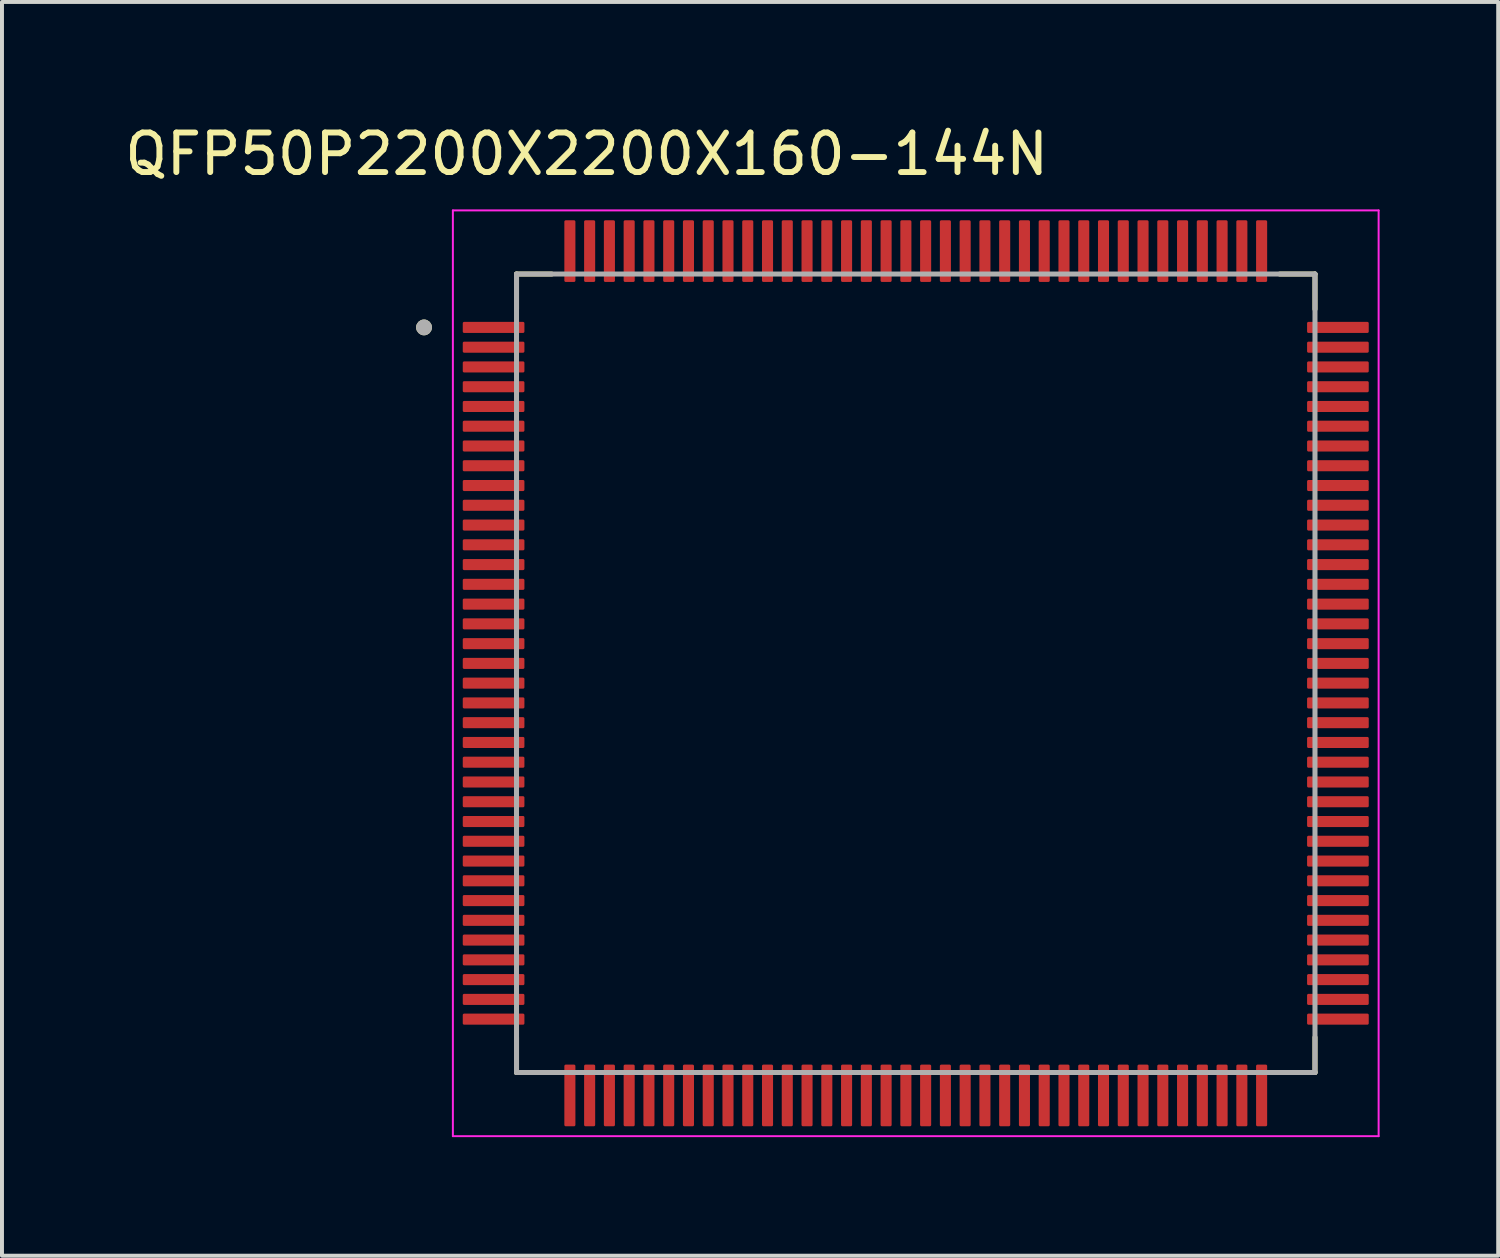
<source format=kicad_pcb>
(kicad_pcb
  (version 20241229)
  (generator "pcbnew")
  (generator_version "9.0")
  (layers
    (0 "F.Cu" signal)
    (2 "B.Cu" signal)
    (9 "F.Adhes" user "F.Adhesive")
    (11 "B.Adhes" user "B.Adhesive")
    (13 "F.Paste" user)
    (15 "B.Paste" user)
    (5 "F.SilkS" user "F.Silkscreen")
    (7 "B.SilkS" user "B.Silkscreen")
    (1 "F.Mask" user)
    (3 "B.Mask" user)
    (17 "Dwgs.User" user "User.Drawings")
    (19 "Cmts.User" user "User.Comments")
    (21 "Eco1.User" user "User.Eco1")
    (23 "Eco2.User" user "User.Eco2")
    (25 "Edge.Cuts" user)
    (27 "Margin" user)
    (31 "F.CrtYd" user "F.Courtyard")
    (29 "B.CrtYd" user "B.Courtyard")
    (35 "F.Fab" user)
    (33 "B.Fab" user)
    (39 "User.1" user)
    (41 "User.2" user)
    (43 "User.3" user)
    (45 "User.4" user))
  (footprint "QFP50P2200X2200X160-144N"
    (layer "F.Cu")
    (at 20.117 13.983)
    (property "Reference" "QFP50P2200X2200X160-144N" (at -8.325 -13.135 0) (layer "F.SilkS") (effects (font (size 1 1) (thickness 0.15))))
    (attr smd)
    (fp_line (start -10.1 -10.1) (end -10.1 -9.21) (stroke (width 0.127) (type solid)) (layer "F.SilkS"))
    (fp_line (start -10.1 -10.1) (end -9.21 -10.1) (stroke (width 0.127) (type solid)) (layer "F.SilkS"))
    (fp_line (start -10.1 10.1) (end -10.1 9.21) (stroke (width 0.127) (type solid)) (layer "F.SilkS"))
    (fp_line (start -10.1 10.1) (end -9.21 10.1) (stroke (width 0.127) (type solid)) (layer "F.SilkS"))
    (fp_line (start 10.1 -10.1) (end 9.21 -10.1) (stroke (width 0.127) (type solid)) (layer "F.SilkS"))
    (fp_line (start 10.1 -10.1) (end 10.1 -9.21) (stroke (width 0.127) (type solid)) (layer "F.SilkS"))
    (fp_line (start 10.1 10.1) (end 9.21 10.1) (stroke (width 0.127) (type solid)) (layer "F.SilkS"))
    (fp_line (start 10.1 10.1) (end 10.1 9.21) (stroke (width 0.127) (type solid)) (layer "F.SilkS"))
    (fp_circle (center -12.44 -8.75) (end -12.34 -8.75) (stroke (width 0.2) (type solid)) (fill no) (layer "F.SilkS"))
    (fp_line (start -11.71 -11.71) (end 11.71 -11.71) (stroke (width 0.05) (type solid)) (layer "F.CrtYd"))
    (fp_line (start -11.71 11.71) (end -11.71 -11.71) (stroke (width 0.05) (type solid)) (layer "F.CrtYd"))
    (fp_line (start -11.71 11.71) (end 11.71 11.71) (stroke (width 0.05) (type solid)) (layer "F.CrtYd"))
    (fp_line (start 11.71 11.71) (end 11.71 -11.71) (stroke (width 0.05) (type solid)) (layer "F.CrtYd"))
    (fp_line (start -10.1 10.1) (end -10.1 -10.1) (stroke (width 0.127) (type solid)) (layer "F.Fab"))
    (fp_line (start 10.1 -10.1) (end -10.1 -10.1) (stroke (width 0.127) (type solid)) (layer "F.Fab"))
    (fp_line (start 10.1 10.1) (end -10.1 10.1) (stroke (width 0.127) (type solid)) (layer "F.Fab"))
    (fp_line (start 10.1 10.1) (end 10.1 -10.1) (stroke (width 0.127) (type solid)) (layer "F.Fab"))
    (fp_circle (center -12.44 -8.75) (end -12.34 -8.75) (stroke (width 0.2) (type solid)) (fill no) (layer "F.Fab"))
    (pad "1" smd roundrect (at -10.68 -8.75) (size 1.56 0.28) (layers "F.Cu" "F.Mask" "F.Paste") (roundrect_rratio 0.125))
    (pad "2" smd roundrect (at -10.68 -8.25) (size 1.56 0.28) (layers "F.Cu" "F.Mask" "F.Paste") (roundrect_rratio 0.125))
    (pad "3" smd roundrect (at -10.68 -7.75) (size 1.56 0.28) (layers "F.Cu" "F.Mask" "F.Paste") (roundrect_rratio 0.125))
    (pad "4" smd roundrect (at -10.68 -7.25) (size 1.56 0.28) (layers "F.Cu" "F.Mask" "F.Paste") (roundrect_rratio 0.125))
    (pad "5" smd roundrect (at -10.68 -6.75) (size 1.56 0.28) (layers "F.Cu" "F.Mask" "F.Paste") (roundrect_rratio 0.125))
    (pad "6" smd roundrect (at -10.68 -6.25) (size 1.56 0.28) (layers "F.Cu" "F.Mask" "F.Paste") (roundrect_rratio 0.125))
    (pad "7" smd roundrect (at -10.68 -5.75) (size 1.56 0.28) (layers "F.Cu" "F.Mask" "F.Paste") (roundrect_rratio 0.125))
    (pad "8" smd roundrect (at -10.68 -5.25) (size 1.56 0.28) (layers "F.Cu" "F.Mask" "F.Paste") (roundrect_rratio 0.125))
    (pad "9" smd roundrect (at -10.68 -4.75) (size 1.56 0.28) (layers "F.Cu" "F.Mask" "F.Paste") (roundrect_rratio 0.125))
    (pad "10" smd roundrect (at -10.68 -4.25) (size 1.56 0.28) (layers "F.Cu" "F.Mask" "F.Paste") (roundrect_rratio 0.125))
    (pad "11" smd roundrect (at -10.68 -3.75) (size 1.56 0.28) (layers "F.Cu" "F.Mask" "F.Paste") (roundrect_rratio 0.125))
    (pad "12" smd roundrect (at -10.68 -3.25) (size 1.56 0.28) (layers "F.Cu" "F.Mask" "F.Paste") (roundrect_rratio 0.125))
    (pad "13" smd roundrect (at -10.68 -2.75) (size 1.56 0.28) (layers "F.Cu" "F.Mask" "F.Paste") (roundrect_rratio 0.125))
    (pad "14" smd roundrect (at -10.68 -2.25) (size 1.56 0.28) (layers "F.Cu" "F.Mask" "F.Paste") (roundrect_rratio 0.125))
    (pad "15" smd roundrect (at -10.68 -1.75) (size 1.56 0.28) (layers "F.Cu" "F.Mask" "F.Paste") (roundrect_rratio 0.125))
    (pad "16" smd roundrect (at -10.68 -1.25) (size 1.56 0.28) (layers "F.Cu" "F.Mask" "F.Paste") (roundrect_rratio 0.125))
    (pad "17" smd roundrect (at -10.68 -0.75) (size 1.56 0.28) (layers "F.Cu" "F.Mask" "F.Paste") (roundrect_rratio 0.125))
    (pad "18" smd roundrect (at -10.68 -0.25) (size 1.56 0.28) (layers "F.Cu" "F.Mask" "F.Paste") (roundrect_rratio 0.125))
    (pad "19" smd roundrect (at -10.68 0.25) (size 1.56 0.28) (layers "F.Cu" "F.Mask" "F.Paste") (roundrect_rratio 0.125))
    (pad "20" smd roundrect (at -10.68 0.75) (size 1.56 0.28) (layers "F.Cu" "F.Mask" "F.Paste") (roundrect_rratio 0.125))
    (pad "21" smd roundrect (at -10.68 1.25) (size 1.56 0.28) (layers "F.Cu" "F.Mask" "F.Paste") (roundrect_rratio 0.125))
    (pad "22" smd roundrect (at -10.68 1.75) (size 1.56 0.28) (layers "F.Cu" "F.Mask" "F.Paste") (roundrect_rratio 0.125))
    (pad "23" smd roundrect (at -10.68 2.25) (size 1.56 0.28) (layers "F.Cu" "F.Mask" "F.Paste") (roundrect_rratio 0.125))
    (pad "24" smd roundrect (at -10.68 2.75) (size 1.56 0.28) (layers "F.Cu" "F.Mask" "F.Paste") (roundrect_rratio 0.125))
    (pad "25" smd roundrect (at -10.68 3.25) (size 1.56 0.28) (layers "F.Cu" "F.Mask" "F.Paste") (roundrect_rratio 0.125))
    (pad "26" smd roundrect (at -10.68 3.75) (size 1.56 0.28) (layers "F.Cu" "F.Mask" "F.Paste") (roundrect_rratio 0.125))
    (pad "27" smd roundrect (at -10.68 4.25) (size 1.56 0.28) (layers "F.Cu" "F.Mask" "F.Paste") (roundrect_rratio 0.125))
    (pad "28" smd roundrect (at -10.68 4.75) (size 1.56 0.28) (layers "F.Cu" "F.Mask" "F.Paste") (roundrect_rratio 0.125))
    (pad "29" smd roundrect (at -10.68 5.25) (size 1.56 0.28) (layers "F.Cu" "F.Mask" "F.Paste") (roundrect_rratio 0.125))
    (pad "30" smd roundrect (at -10.68 5.75) (size 1.56 0.28) (layers "F.Cu" "F.Mask" "F.Paste") (roundrect_rratio 0.125))
    (pad "31" smd roundrect (at -10.68 6.25) (size 1.56 0.28) (layers "F.Cu" "F.Mask" "F.Paste") (roundrect_rratio 0.125))
    (pad "32" smd roundrect (at -10.68 6.75) (size 1.56 0.28) (layers "F.Cu" "F.Mask" "F.Paste") (roundrect_rratio 0.125))
    (pad "33" smd roundrect (at -10.68 7.25) (size 1.56 0.28) (layers "F.Cu" "F.Mask" "F.Paste") (roundrect_rratio 0.125))
    (pad "34" smd roundrect (at -10.68 7.75) (size 1.56 0.28) (layers "F.Cu" "F.Mask" "F.Paste") (roundrect_rratio 0.125))
    (pad "35" smd roundrect (at -10.68 8.25) (size 1.56 0.28) (layers "F.Cu" "F.Mask" "F.Paste") (roundrect_rratio 0.125))
    (pad "36" smd roundrect (at -10.68 8.75) (size 1.56 0.28) (layers "F.Cu" "F.Mask" "F.Paste") (roundrect_rratio 0.125))
    (pad "37" smd roundrect (at -8.75 10.68) (size 0.28 1.56) (layers "F.Cu" "F.Mask" "F.Paste") (roundrect_rratio 0.125))
    (pad "38" smd roundrect (at -8.25 10.68) (size 0.28 1.56) (layers "F.Cu" "F.Mask" "F.Paste") (roundrect_rratio 0.125))
    (pad "39" smd roundrect (at -7.75 10.68) (size 0.28 1.56) (layers "F.Cu" "F.Mask" "F.Paste") (roundrect_rratio 0.125))
    (pad "40" smd roundrect (at -7.25 10.68) (size 0.28 1.56) (layers "F.Cu" "F.Mask" "F.Paste") (roundrect_rratio 0.125))
    (pad "41" smd roundrect (at -6.75 10.68) (size 0.28 1.56) (layers "F.Cu" "F.Mask" "F.Paste") (roundrect_rratio 0.125))
    (pad "42" smd roundrect (at -6.25 10.68) (size 0.28 1.56) (layers "F.Cu" "F.Mask" "F.Paste") (roundrect_rratio 0.125))
    (pad "43" smd roundrect (at -5.75 10.68) (size 0.28 1.56) (layers "F.Cu" "F.Mask" "F.Paste") (roundrect_rratio 0.125))
    (pad "44" smd roundrect (at -5.25 10.68) (size 0.28 1.56) (layers "F.Cu" "F.Mask" "F.Paste") (roundrect_rratio 0.125))
    (pad "45" smd roundrect (at -4.75 10.68) (size 0.28 1.56) (layers "F.Cu" "F.Mask" "F.Paste") (roundrect_rratio 0.125))
    (pad "46" smd roundrect (at -4.25 10.68) (size 0.28 1.56) (layers "F.Cu" "F.Mask" "F.Paste") (roundrect_rratio 0.125))
    (pad "47" smd roundrect (at -3.75 10.68) (size 0.28 1.56) (layers "F.Cu" "F.Mask" "F.Paste") (roundrect_rratio 0.125))
    (pad "48" smd roundrect (at -3.25 10.68) (size 0.28 1.56) (layers "F.Cu" "F.Mask" "F.Paste") (roundrect_rratio 0.125))
    (pad "49" smd roundrect (at -2.75 10.68) (size 0.28 1.56) (layers "F.Cu" "F.Mask" "F.Paste") (roundrect_rratio 0.125))
    (pad "50" smd roundrect (at -2.25 10.68) (size 0.28 1.56) (layers "F.Cu" "F.Mask" "F.Paste") (roundrect_rratio 0.125))
    (pad "51" smd roundrect (at -1.75 10.68) (size 0.28 1.56) (layers "F.Cu" "F.Mask" "F.Paste") (roundrect_rratio 0.125))
    (pad "52" smd roundrect (at -1.25 10.68) (size 0.28 1.56) (layers "F.Cu" "F.Mask" "F.Paste") (roundrect_rratio 0.125))
    (pad "53" smd roundrect (at -0.75 10.68) (size 0.28 1.56) (layers "F.Cu" "F.Mask" "F.Paste") (roundrect_rratio 0.125))
    (pad "54" smd roundrect (at -0.25 10.68) (size 0.28 1.56) (layers "F.Cu" "F.Mask" "F.Paste") (roundrect_rratio 0.125))
    (pad "55" smd roundrect (at 0.25 10.68) (size 0.28 1.56) (layers "F.Cu" "F.Mask" "F.Paste") (roundrect_rratio 0.125))
    (pad "56" smd roundrect (at 0.75 10.68) (size 0.28 1.56) (layers "F.Cu" "F.Mask" "F.Paste") (roundrect_rratio 0.125))
    (pad "57" smd roundrect (at 1.25 10.68) (size 0.28 1.56) (layers "F.Cu" "F.Mask" "F.Paste") (roundrect_rratio 0.125))
    (pad "58" smd roundrect (at 1.75 10.68) (size 0.28 1.56) (layers "F.Cu" "F.Mask" "F.Paste") (roundrect_rratio 0.125))
    (pad "59" smd roundrect (at 2.25 10.68) (size 0.28 1.56) (layers "F.Cu" "F.Mask" "F.Paste") (roundrect_rratio 0.125))
    (pad "60" smd roundrect (at 2.75 10.68) (size 0.28 1.56) (layers "F.Cu" "F.Mask" "F.Paste") (roundrect_rratio 0.125))
    (pad "61" smd roundrect (at 3.25 10.68) (size 0.28 1.56) (layers "F.Cu" "F.Mask" "F.Paste") (roundrect_rratio 0.125))
    (pad "62" smd roundrect (at 3.75 10.68) (size 0.28 1.56) (layers "F.Cu" "F.Mask" "F.Paste") (roundrect_rratio 0.125))
    (pad "63" smd roundrect (at 4.25 10.68) (size 0.28 1.56) (layers "F.Cu" "F.Mask" "F.Paste") (roundrect_rratio 0.125))
    (pad "64" smd roundrect (at 4.75 10.68) (size 0.28 1.56) (layers "F.Cu" "F.Mask" "F.Paste") (roundrect_rratio 0.125))
    (pad "65" smd roundrect (at 5.25 10.68) (size 0.28 1.56) (layers "F.Cu" "F.Mask" "F.Paste") (roundrect_rratio 0.125))
    (pad "66" smd roundrect (at 5.75 10.68) (size 0.28 1.56) (layers "F.Cu" "F.Mask" "F.Paste") (roundrect_rratio 0.125))
    (pad "67" smd roundrect (at 6.25 10.68) (size 0.28 1.56) (layers "F.Cu" "F.Mask" "F.Paste") (roundrect_rratio 0.125))
    (pad "68" smd roundrect (at 6.75 10.68) (size 0.28 1.56) (layers "F.Cu" "F.Mask" "F.Paste") (roundrect_rratio 0.125))
    (pad "69" smd roundrect (at 7.25 10.68) (size 0.28 1.56) (layers "F.Cu" "F.Mask" "F.Paste") (roundrect_rratio 0.125))
    (pad "70" smd roundrect (at 7.75 10.68) (size 0.28 1.56) (layers "F.Cu" "F.Mask" "F.Paste") (roundrect_rratio 0.125))
    (pad "71" smd roundrect (at 8.25 10.68) (size 0.28 1.56) (layers "F.Cu" "F.Mask" "F.Paste") (roundrect_rratio 0.125))
    (pad "72" smd roundrect (at 8.75 10.68) (size 0.28 1.56) (layers "F.Cu" "F.Mask" "F.Paste") (roundrect_rratio 0.125))
    (pad "73" smd roundrect (at 10.68 8.75) (size 1.56 0.28) (layers "F.Cu" "F.Mask" "F.Paste") (roundrect_rratio 0.125))
    (pad "74" smd roundrect (at 10.68 8.25) (size 1.56 0.28) (layers "F.Cu" "F.Mask" "F.Paste") (roundrect_rratio 0.125))
    (pad "75" smd roundrect (at 10.68 7.75) (size 1.56 0.28) (layers "F.Cu" "F.Mask" "F.Paste") (roundrect_rratio 0.125))
    (pad "76" smd roundrect (at 10.68 7.25) (size 1.56 0.28) (layers "F.Cu" "F.Mask" "F.Paste") (roundrect_rratio 0.125))
    (pad "77" smd roundrect (at 10.68 6.75) (size 1.56 0.28) (layers "F.Cu" "F.Mask" "F.Paste") (roundrect_rratio 0.125))
    (pad "78" smd roundrect (at 10.68 6.25) (size 1.56 0.28) (layers "F.Cu" "F.Mask" "F.Paste") (roundrect_rratio 0.125))
    (pad "79" smd roundrect (at 10.68 5.75) (size 1.56 0.28) (layers "F.Cu" "F.Mask" "F.Paste") (roundrect_rratio 0.125))
    (pad "80" smd roundrect (at 10.68 5.25) (size 1.56 0.28) (layers "F.Cu" "F.Mask" "F.Paste") (roundrect_rratio 0.125))
    (pad "81" smd roundrect (at 10.68 4.75) (size 1.56 0.28) (layers "F.Cu" "F.Mask" "F.Paste") (roundrect_rratio 0.125))
    (pad "82" smd roundrect (at 10.68 4.25) (size 1.56 0.28) (layers "F.Cu" "F.Mask" "F.Paste") (roundrect_rratio 0.125))
    (pad "83" smd roundrect (at 10.68 3.75) (size 1.56 0.28) (layers "F.Cu" "F.Mask" "F.Paste") (roundrect_rratio 0.125))
    (pad "84" smd roundrect (at 10.68 3.25) (size 1.56 0.28) (layers "F.Cu" "F.Mask" "F.Paste") (roundrect_rratio 0.125))
    (pad "85" smd roundrect (at 10.68 2.75) (size 1.56 0.28) (layers "F.Cu" "F.Mask" "F.Paste") (roundrect_rratio 0.125))
    (pad "86" smd roundrect (at 10.68 2.25) (size 1.56 0.28) (layers "F.Cu" "F.Mask" "F.Paste") (roundrect_rratio 0.125))
    (pad "87" smd roundrect (at 10.68 1.75) (size 1.56 0.28) (layers "F.Cu" "F.Mask" "F.Paste") (roundrect_rratio 0.125))
    (pad "88" smd roundrect (at 10.68 1.25) (size 1.56 0.28) (layers "F.Cu" "F.Mask" "F.Paste") (roundrect_rratio 0.125))
    (pad "89" smd roundrect (at 10.68 0.75) (size 1.56 0.28) (layers "F.Cu" "F.Mask" "F.Paste") (roundrect_rratio 0.125))
    (pad "90" smd roundrect (at 10.68 0.25) (size 1.56 0.28) (layers "F.Cu" "F.Mask" "F.Paste") (roundrect_rratio 0.125))
    (pad "91" smd roundrect (at 10.68 -0.25) (size 1.56 0.28) (layers "F.Cu" "F.Mask" "F.Paste") (roundrect_rratio 0.125))
    (pad "92" smd roundrect (at 10.68 -0.75) (size 1.56 0.28) (layers "F.Cu" "F.Mask" "F.Paste") (roundrect_rratio 0.125))
    (pad "93" smd roundrect (at 10.68 -1.25) (size 1.56 0.28) (layers "F.Cu" "F.Mask" "F.Paste") (roundrect_rratio 0.125))
    (pad "94" smd roundrect (at 10.68 -1.75) (size 1.56 0.28) (layers "F.Cu" "F.Mask" "F.Paste") (roundrect_rratio 0.125))
    (pad "95" smd roundrect (at 10.68 -2.25) (size 1.56 0.28) (layers "F.Cu" "F.Mask" "F.Paste") (roundrect_rratio 0.125))
    (pad "96" smd roundrect (at 10.68 -2.75) (size 1.56 0.28) (layers "F.Cu" "F.Mask" "F.Paste") (roundrect_rratio 0.125))
    (pad "97" smd roundrect (at 10.68 -3.25) (size 1.56 0.28) (layers "F.Cu" "F.Mask" "F.Paste") (roundrect_rratio 0.125))
    (pad "98" smd roundrect (at 10.68 -3.75) (size 1.56 0.28) (layers "F.Cu" "F.Mask" "F.Paste") (roundrect_rratio 0.125))
    (pad "99" smd roundrect (at 10.68 -4.25) (size 1.56 0.28) (layers "F.Cu" "F.Mask" "F.Paste") (roundrect_rratio 0.125))
    (pad "100" smd roundrect (at 10.68 -4.75) (size 1.56 0.28) (layers "F.Cu" "F.Mask" "F.Paste") (roundrect_rratio 0.125))
    (pad "101" smd roundrect (at 10.68 -5.25) (size 1.56 0.28) (layers "F.Cu" "F.Mask" "F.Paste") (roundrect_rratio 0.125))
    (pad "102" smd roundrect (at 10.68 -5.75) (size 1.56 0.28) (layers "F.Cu" "F.Mask" "F.Paste") (roundrect_rratio 0.125))
    (pad "103" smd roundrect (at 10.68 -6.25) (size 1.56 0.28) (layers "F.Cu" "F.Mask" "F.Paste") (roundrect_rratio 0.125))
    (pad "104" smd roundrect (at 10.68 -6.75) (size 1.56 0.28) (layers "F.Cu" "F.Mask" "F.Paste") (roundrect_rratio 0.125))
    (pad "105" smd roundrect (at 10.68 -7.25) (size 1.56 0.28) (layers "F.Cu" "F.Mask" "F.Paste") (roundrect_rratio 0.125))
    (pad "106" smd roundrect (at 10.68 -7.75) (size 1.56 0.28) (layers "F.Cu" "F.Mask" "F.Paste") (roundrect_rratio 0.125))
    (pad "107" smd roundrect (at 10.68 -8.25) (size 1.56 0.28) (layers "F.Cu" "F.Mask" "F.Paste") (roundrect_rratio 0.125))
    (pad "108" smd roundrect (at 10.68 -8.75) (size 1.56 0.28) (layers "F.Cu" "F.Mask" "F.Paste") (roundrect_rratio 0.125))
    (pad "109" smd roundrect (at 8.75 -10.68) (size 0.28 1.56) (layers "F.Cu" "F.Mask" "F.Paste") (roundrect_rratio 0.125))
    (pad "110" smd roundrect (at 8.25 -10.68) (size 0.28 1.56) (layers "F.Cu" "F.Mask" "F.Paste") (roundrect_rratio 0.125))
    (pad "111" smd roundrect (at 7.75 -10.68) (size 0.28 1.56) (layers "F.Cu" "F.Mask" "F.Paste") (roundrect_rratio 0.125))
    (pad "112" smd roundrect (at 7.25 -10.68) (size 0.28 1.56) (layers "F.Cu" "F.Mask" "F.Paste") (roundrect_rratio 0.125))
    (pad "113" smd roundrect (at 6.75 -10.68) (size 0.28 1.56) (layers "F.Cu" "F.Mask" "F.Paste") (roundrect_rratio 0.125))
    (pad "114" smd roundrect (at 6.25 -10.68) (size 0.28 1.56) (layers "F.Cu" "F.Mask" "F.Paste") (roundrect_rratio 0.125))
    (pad "115" smd roundrect (at 5.75 -10.68) (size 0.28 1.56) (layers "F.Cu" "F.Mask" "F.Paste") (roundrect_rratio 0.125))
    (pad "116" smd roundrect (at 5.25 -10.68) (size 0.28 1.56) (layers "F.Cu" "F.Mask" "F.Paste") (roundrect_rratio 0.125))
    (pad "117" smd roundrect (at 4.75 -10.68) (size 0.28 1.56) (layers "F.Cu" "F.Mask" "F.Paste") (roundrect_rratio 0.125))
    (pad "118" smd roundrect (at 4.25 -10.68) (size 0.28 1.56) (layers "F.Cu" "F.Mask" "F.Paste") (roundrect_rratio 0.125))
    (pad "119" smd roundrect (at 3.75 -10.68) (size 0.28 1.56) (layers "F.Cu" "F.Mask" "F.Paste") (roundrect_rratio 0.125))
    (pad "120" smd roundrect (at 3.25 -10.68) (size 0.28 1.56) (layers "F.Cu" "F.Mask" "F.Paste") (roundrect_rratio 0.125))
    (pad "121" smd roundrect (at 2.75 -10.68) (size 0.28 1.56) (layers "F.Cu" "F.Mask" "F.Paste") (roundrect_rratio 0.125))
    (pad "122" smd roundrect (at 2.25 -10.68) (size 0.28 1.56) (layers "F.Cu" "F.Mask" "F.Paste") (roundrect_rratio 0.125))
    (pad "123" smd roundrect (at 1.75 -10.68) (size 0.28 1.56) (layers "F.Cu" "F.Mask" "F.Paste") (roundrect_rratio 0.125))
    (pad "124" smd roundrect (at 1.25 -10.68) (size 0.28 1.56) (layers "F.Cu" "F.Mask" "F.Paste") (roundrect_rratio 0.125))
    (pad "125" smd roundrect (at 0.75 -10.68) (size 0.28 1.56) (layers "F.Cu" "F.Mask" "F.Paste") (roundrect_rratio 0.125))
    (pad "126" smd roundrect (at 0.25 -10.68) (size 0.28 1.56) (layers "F.Cu" "F.Mask" "F.Paste") (roundrect_rratio 0.125))
    (pad "127" smd roundrect (at -0.25 -10.68) (size 0.28 1.56) (layers "F.Cu" "F.Mask" "F.Paste") (roundrect_rratio 0.125))
    (pad "128" smd roundrect (at -0.75 -10.68) (size 0.28 1.56) (layers "F.Cu" "F.Mask" "F.Paste") (roundrect_rratio 0.125))
    (pad "129" smd roundrect (at -1.25 -10.68) (size 0.28 1.56) (layers "F.Cu" "F.Mask" "F.Paste") (roundrect_rratio 0.125))
    (pad "130" smd roundrect (at -1.75 -10.68) (size 0.28 1.56) (layers "F.Cu" "F.Mask" "F.Paste") (roundrect_rratio 0.125))
    (pad "131" smd roundrect (at -2.25 -10.68) (size 0.28 1.56) (layers "F.Cu" "F.Mask" "F.Paste") (roundrect_rratio 0.125))
    (pad "132" smd roundrect (at -2.75 -10.68) (size 0.28 1.56) (layers "F.Cu" "F.Mask" "F.Paste") (roundrect_rratio 0.125))
    (pad "133" smd roundrect (at -3.25 -10.68) (size 0.28 1.56) (layers "F.Cu" "F.Mask" "F.Paste") (roundrect_rratio 0.125))
    (pad "134" smd roundrect (at -3.75 -10.68) (size 0.28 1.56) (layers "F.Cu" "F.Mask" "F.Paste") (roundrect_rratio 0.125))
    (pad "135" smd roundrect (at -4.25 -10.68) (size 0.28 1.56) (layers "F.Cu" "F.Mask" "F.Paste") (roundrect_rratio 0.125))
    (pad "136" smd roundrect (at -4.75 -10.68) (size 0.28 1.56) (layers "F.Cu" "F.Mask" "F.Paste") (roundrect_rratio 0.125))
    (pad "137" smd roundrect (at -5.25 -10.68) (size 0.28 1.56) (layers "F.Cu" "F.Mask" "F.Paste") (roundrect_rratio 0.125))
    (pad "138" smd roundrect (at -5.75 -10.68) (size 0.28 1.56) (layers "F.Cu" "F.Mask" "F.Paste") (roundrect_rratio 0.125))
    (pad "139" smd roundrect (at -6.25 -10.68) (size 0.28 1.56) (layers "F.Cu" "F.Mask" "F.Paste") (roundrect_rratio 0.125))
    (pad "140" smd roundrect (at -6.75 -10.68) (size 0.28 1.56) (layers "F.Cu" "F.Mask" "F.Paste") (roundrect_rratio 0.125))
    (pad "141" smd roundrect (at -7.25 -10.68) (size 0.28 1.56) (layers "F.Cu" "F.Mask" "F.Paste") (roundrect_rratio 0.125))
    (pad "142" smd roundrect (at -7.75 -10.68) (size 0.28 1.56) (layers "F.Cu" "F.Mask" "F.Paste") (roundrect_rratio 0.125))
    (pad "143" smd roundrect (at -8.25 -10.68) (size 0.28 1.56) (layers "F.Cu" "F.Mask" "F.Paste") (roundrect_rratio 0.125))
    (pad "144" smd roundrect (at -8.75 -10.68) (size 0.28 1.56) (layers "F.Cu" "F.Mask" "F.Paste") (roundrect_rratio 0.125)))
  (gr_rect
    (start -3 -3)
    (end 34.852 28.718)
    (stroke (width 0.1) (type default))
    (fill no)
    (layer "Edge.Cuts")))
</source>
